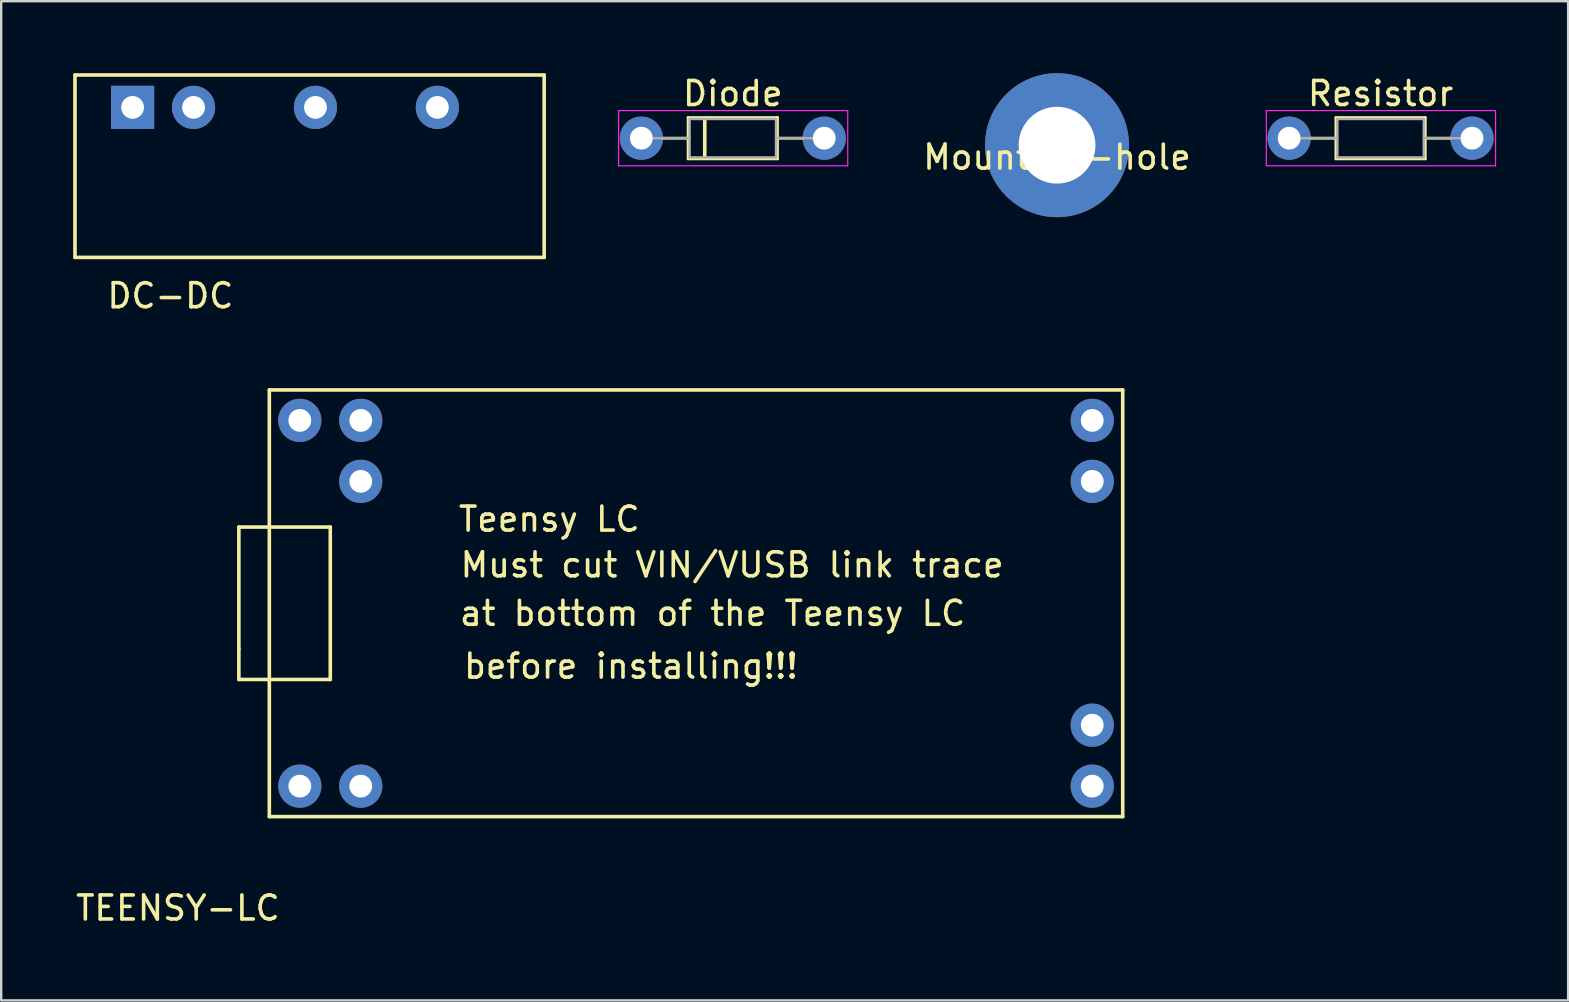
<source format=kicad_pcb>
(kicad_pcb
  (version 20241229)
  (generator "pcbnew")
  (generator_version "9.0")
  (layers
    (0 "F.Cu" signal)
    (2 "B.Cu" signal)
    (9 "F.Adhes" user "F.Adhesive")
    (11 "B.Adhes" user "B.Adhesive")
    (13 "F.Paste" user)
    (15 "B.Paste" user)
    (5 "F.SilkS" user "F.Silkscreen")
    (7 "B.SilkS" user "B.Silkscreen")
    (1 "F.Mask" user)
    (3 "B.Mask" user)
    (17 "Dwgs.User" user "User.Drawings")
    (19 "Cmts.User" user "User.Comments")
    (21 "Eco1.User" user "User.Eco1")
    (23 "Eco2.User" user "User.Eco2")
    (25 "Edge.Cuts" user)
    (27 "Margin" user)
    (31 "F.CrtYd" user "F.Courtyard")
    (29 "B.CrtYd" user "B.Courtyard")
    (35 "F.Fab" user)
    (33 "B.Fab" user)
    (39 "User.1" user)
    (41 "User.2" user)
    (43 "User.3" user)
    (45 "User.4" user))
  (footprint "DC-DC"
    (layer "F.Cu")
    (at 2.475 6.325)
    (property "Reference" "DC-DC" (at 1.575 2.95 0) (layer "F.SilkS") (effects (font (size 1 1) (thickness 0.15))))
    (attr through_hole)
    (fp_line (start -2.4 -6.25) (end -2.4 1.35) (stroke (width 0.15) (type solid)) (layer "F.SilkS"))
    (fp_line (start -2.4 1.35) (end 17.15 1.35) (stroke (width 0.15) (type solid)) (layer "F.SilkS"))
    (fp_line (start 17.15 -6.25) (end -2.4 -6.25) (stroke (width 0.15) (type solid)) (layer "F.SilkS"))
    (fp_line (start 17.15 -6.25) (end 17.15 1.35) (stroke (width 0.15) (type solid)) (layer "F.SilkS"))
    (pad "1" thru_hole rect (at 0 -4.9) (size 1.8 1.8) (drill 0.95) (layers "*.Cu" "*.Mask"))
    (pad "2" thru_hole circle (at 2.54 -4.9) (size 1.8 1.8) (drill 0.95) (layers "*.Cu" "*.Mask"))
    (pad "3" thru_hole circle (at 7.62 -4.9) (size 1.8 1.8) (drill 0.95) (layers "*.Cu" "*.Mask"))
    (pad "4" thru_hole circle (at 12.7 -4.9) (size 1.8 1.8) (drill 0.95) (layers "*.Cu" "*.Mask")))
  (footprint "Resistor"
    (layer "F.Cu")
    (at 50.668 2.708)
    (property "Reference" "Resistor" (at 3.81 -1.86 0) (layer "F.SilkS") (effects (font (size 1 1) (thickness 0.15))))
    (attr through_hole)
    (fp_line (start 0.88 0) (end 1.95 0) (stroke (width 0.12) (type solid)) (layer "F.SilkS"))
    (fp_line (start 1.95 -0.86) (end 1.95 0.86) (stroke (width 0.12) (type solid)) (layer "F.SilkS"))
    (fp_line (start 1.95 0.86) (end 5.67 0.86) (stroke (width 0.12) (type solid)) (layer "F.SilkS"))
    (fp_line (start 5.67 -0.86) (end 1.95 -0.86) (stroke (width 0.12) (type solid)) (layer "F.SilkS"))
    (fp_line (start 5.67 0.86) (end 5.67 -0.86) (stroke (width 0.12) (type solid)) (layer "F.SilkS"))
    (fp_line (start 6.74 0) (end 5.67 0) (stroke (width 0.12) (type solid)) (layer "F.SilkS"))
    (fp_line (start -0.95 -1.15) (end -0.95 1.15) (stroke (width 0.05) (type solid)) (layer "F.CrtYd"))
    (fp_line (start -0.95 1.15) (end 8.6 1.15) (stroke (width 0.05) (type solid)) (layer "F.CrtYd"))
    (fp_line (start 8.6 -1.15) (end -0.95 -1.15) (stroke (width 0.05) (type solid)) (layer "F.CrtYd"))
    (fp_line (start 8.6 1.15) (end 8.6 -1.15) (stroke (width 0.05) (type solid)) (layer "F.CrtYd"))
    (fp_line (start 0 0) (end 2.01 0) (stroke (width 0.1) (type solid)) (layer "F.Fab"))
    (fp_line (start 2.01 -0.8) (end 2.01 0.8) (stroke (width 0.1) (type solid)) (layer "F.Fab"))
    (fp_line (start 2.01 0.8) (end 5.61 0.8) (stroke (width 0.1) (type solid)) (layer "F.Fab"))
    (fp_line (start 5.61 -0.8) (end 2.01 -0.8) (stroke (width 0.1) (type solid)) (layer "F.Fab"))
    (fp_line (start 5.61 0.8) (end 5.61 -0.8) (stroke (width 0.1) (type solid)) (layer "F.Fab"))
    (fp_line (start 7.62 0) (end 5.61 0) (stroke (width 0.1) (type solid)) (layer "F.Fab"))
    (pad "1" thru_hole circle (at 0 0) (size 1.8 1.8) (drill 0.95) (layers "*.Cu" "*.Mask"))
    (pad "2" thru_hole circle (at 7.62 0) (size 1.8 1.8) (drill 0.95) (layers "*.Cu" "*.Mask")))
  (footprint "Mounting-hole"
    (layer "F.Cu")
    (at 40.996 3)
    (property "Reference" "Mounting-hole" (at 0 0.5 0) (layer "F.SilkS") (effects (font (size 1 1) (thickness 0.15))))
    (attr through_hole)
    (pad "1" thru_hole circle (at 0 0) (size 6 6) (drill 3.2) (layers "*.Cu" "*.Mask")))
  (footprint "Diode"
    (layer "F.Cu")
    (at 23.675 2.708)
    (property "Reference" "Diode" (at 3.81 -1.86 0) (layer "F.SilkS") (effects (font (size 1 1) (thickness 0.15))))
    (attr through_hole)
    (fp_line (start 0.88 0) (end 1.95 0) (stroke (width 0.12) (type solid)) (layer "F.SilkS"))
    (fp_line (start 1.95 -0.86) (end 1.95 0.86) (stroke (width 0.12) (type solid)) (layer "F.SilkS"))
    (fp_line (start 1.95 0.86) (end 5.67 0.86) (stroke (width 0.12) (type solid)) (layer "F.SilkS"))
    (fp_line (start 2.642 -0.838) (end 2.642 0.813) (stroke (width 0.15) (type solid)) (layer "F.SilkS"))
    (fp_line (start 5.67 -0.86) (end 1.95 -0.86) (stroke (width 0.12) (type solid)) (layer "F.SilkS"))
    (fp_line (start 5.67 0.86) (end 5.67 -0.86) (stroke (width 0.12) (type solid)) (layer "F.SilkS"))
    (fp_line (start 6.74 0) (end 5.67 0) (stroke (width 0.12) (type solid)) (layer "F.SilkS"))
    (fp_line (start -0.95 -1.15) (end -0.95 1.15) (stroke (width 0.05) (type solid)) (layer "F.CrtYd"))
    (fp_line (start -0.95 1.15) (end 8.6 1.15) (stroke (width 0.05) (type solid)) (layer "F.CrtYd"))
    (fp_line (start 8.6 -1.15) (end -0.95 -1.15) (stroke (width 0.05) (type solid)) (layer "F.CrtYd"))
    (fp_line (start 8.6 1.15) (end 8.6 -1.15) (stroke (width 0.05) (type solid)) (layer "F.CrtYd"))
    (fp_line (start 0 0) (end 2.01 0) (stroke (width 0.1) (type solid)) (layer "F.Fab"))
    (fp_line (start 2.01 -0.8) (end 2.01 0.8) (stroke (width 0.1) (type solid)) (layer "F.Fab"))
    (fp_line (start 2.01 0.8) (end 5.61 0.8) (stroke (width 0.1) (type solid)) (layer "F.Fab"))
    (fp_line (start 5.61 -0.8) (end 2.01 -0.8) (stroke (width 0.1) (type solid)) (layer "F.Fab"))
    (fp_line (start 5.61 0.8) (end 5.61 -0.8) (stroke (width 0.1) (type solid)) (layer "F.Fab"))
    (fp_line (start 7.62 0) (end 5.61 0) (stroke (width 0.1) (type solid)) (layer "F.Fab"))
    (pad "A" thru_hole circle (at 7.62 0) (size 1.8 1.8) (drill 0.95) (layers "*.Cu" "*.Mask"))
    (pad "K" thru_hole circle (at 0 0) (size 1.8 1.8) (drill 0.95) (layers "*.Cu" "*.Mask")))
  (footprint "TEENSY-LC"
    (layer "F.Cu")
    (at 9.443 29.708)
    (property "Reference" "TEENSY-LC" (at -5.08 5.08 0) (layer "F.SilkS") (effects (font (size 1 1) (thickness 0.15))))
    (attr through_hole)
    (fp_line (start -2.54 -10.795) (end -1.27 -10.795) (stroke (width 0.15) (type solid)) (layer "F.SilkS"))
    (fp_line (start -2.54 -5.715) (end -2.54 -10.795) (stroke (width 0.15) (type solid)) (layer "F.SilkS"))
    (fp_line (start -2.54 -5.715) (end -2.54 -4.445) (stroke (width 0.15) (type solid)) (layer "F.SilkS"))
    (fp_line (start -1.27 -16.51) (end 34.29 -16.51) (stroke (width 0.15) (type solid)) (layer "F.SilkS"))
    (fp_line (start -1.27 -10.795) (end 1.27 -10.795) (stroke (width 0.15) (type solid)) (layer "F.SilkS"))
    (fp_line (start -1.27 -4.445) (end -2.54 -4.445) (stroke (width 0.15) (type solid)) (layer "F.SilkS"))
    (fp_line (start -1.27 1.27) (end -1.27 -16.51) (stroke (width 0.15) (type solid)) (layer "F.SilkS"))
    (fp_line (start 1.27 -10.795) (end 1.27 -4.445) (stroke (width 0.15) (type solid)) (layer "F.SilkS"))
    (fp_line (start 1.27 -4.445) (end -1.27 -4.445) (stroke (width 0.15) (type solid)) (layer "F.SilkS"))
    (fp_line (start 34.29 -16.51) (end 34.29 1.27) (stroke (width 0.15) (type solid)) (layer "F.SilkS"))
    (fp_line (start 34.29 1.27) (end -1.27 1.27) (stroke (width 0.15) (type solid)) (layer "F.SilkS"))
    (fp_text user "Teensy LC" (at 10.395 -11.125 0) (layer "F.SilkS") (effects (font (size 1 1) (thickness 0.15))))
    (fp_text user "Must cut VIN/VUSB link trace" (at 18.015 -9.22 0) (layer "F.SilkS") (effects (font (size 1 1) (thickness 0.15))))
    (fp_text user "at bottom of the Teensy LC" (at 17.2 -7.2 0) (layer "F.SilkS") (effects (font (size 1 1) (thickness 0.15))))
    (fp_text user "before installing!!!" (at 13.8 -5 0) (layer "F.SilkS") (effects (font (size 1 1) (thickness 0.15))))
    (pad "1" thru_hole circle (at 0 0) (size 1.8 1.8) (drill 0.95) (layers "*.Cu" "*.Mask"))
    (pad "2" thru_hole circle (at 2.54 0) (size 1.8 1.8) (drill 0.95) (layers "*.Cu" "*.Mask"))
    (pad "14" thru_hole circle (at 33.02 0) (size 1.8 1.8) (drill 0.95) (layers "*.Cu" "*.Mask"))
    (pad "15" thru_hole circle (at 33.02 -2.54) (size 1.8 1.8) (drill 0.95) (layers "*.Cu" "*.Mask"))
    (pad "19" thru_hole circle (at 33.02 -12.7) (size 1.8 1.8) (drill 0.95) (layers "*.Cu" "*.Mask"))
    (pad "20" thru_hole circle (at 33.02 -15.24) (size 1.8 1.8) (drill 0.95) (layers "*.Cu" "*.Mask"))
    (pad "32" thru_hole circle (at 2.54 -15.24) (size 1.8 1.8) (drill 0.95) (layers "*.Cu" "*.Mask"))
    (pad "33" thru_hole circle (at 0 -15.24) (size 1.8 1.8) (drill 0.95) (layers "*.Cu" "*.Mask"))
    (pad "34" thru_hole circle (at 2.54 -12.7) (size 1.8 1.8) (drill 0.95) (layers "*.Cu" "*.Mask")))
  (gr_rect
    (start -3 -3)
    (end 62.293 38.636)
    (stroke (width 0.1) (type default))
    (fill no)
    (layer "Edge.Cuts")))
</source>
